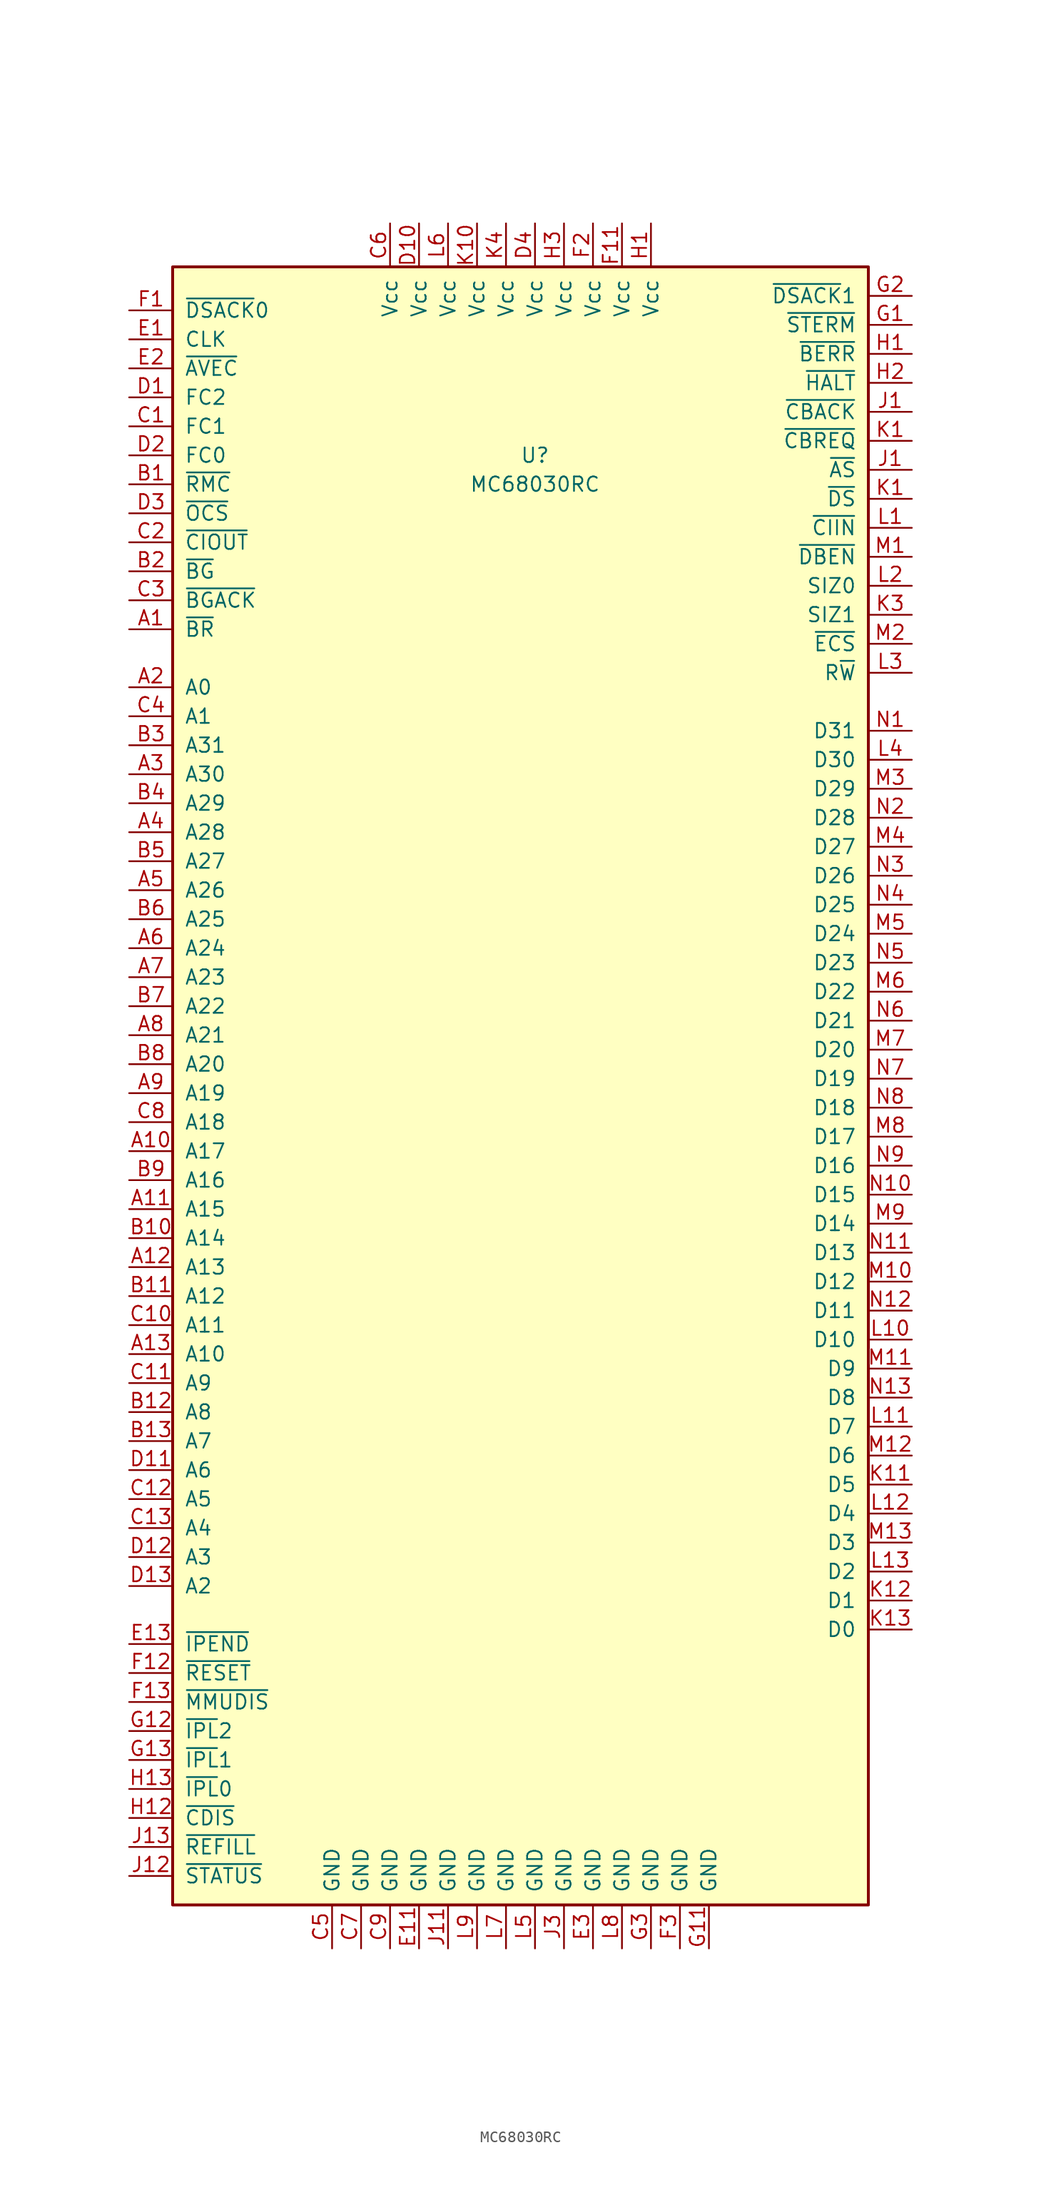
<source format=kicad_sym>
(kicad_symbol_lib
  (version 20211014)
  (generator kicad_symbol_editor)
  (symbol "MC68030RC"
    (pin_names
      (offset 1.016))
    (property "Reference" "U"
      (at 1.27 66.04 0)
      (effects (font (size 1.27 1.27))))
    (property "Value" "MC68030RC"
      (at 1.27 63.5 0)
      (effects (font (size 1.27 1.27))))
    (symbol "MC68030RC_0_1"
      (rectangle (start 30.48 -60.96) (end -30.48 82.55) (stroke (width 0.254) (type default) (color 0 0 0 0)) (fill (type background))))
    (symbol "MC68030RC_1_1"
      (pin input line (at -34.29 50.8 0) (length 3.81) (name "~{BR}" (effects (font (size 1.27 1.27)))) (number "A1" (effects (font (size 1.27 1.27)))))
      (pin tri_state line (at -34.29 5.08 0) (length 3.81) (name "A17" (effects (font (size 1.27 1.27)))) (number "A10" (effects (font (size 1.27 1.27)))))
      (pin tri_state line (at -34.29 0 0) (length 3.81) (name "A15" (effects (font (size 1.27 1.27)))) (number "A11" (effects (font (size 1.27 1.27)))))
      (pin tri_state line (at -34.29 -5.08 0) (length 3.81) (name "A13" (effects (font (size 1.27 1.27)))) (number "A12" (effects (font (size 1.27 1.27)))))
      (pin tri_state line (at -34.29 -12.7 0) (length 3.81) (name "A10" (effects (font (size 1.27 1.27)))) (number "A13" (effects (font (size 1.27 1.27)))))
      (pin tri_state line (at -34.29 45.72 0) (length 3.81) (name "A0" (effects (font (size 1.27 1.27)))) (number "A2" (effects (font (size 1.27 1.27)))))
      (pin tri_state line (at -34.29 38.1 0) (length 3.81) (name "A30" (effects (font (size 1.27 1.27)))) (number "A3" (effects (font (size 1.27 1.27)))))
      (pin tri_state line (at -34.29 33.02 0) (length 3.81) (name "A28" (effects (font (size 1.27 1.27)))) (number "A4" (effects (font (size 1.27 1.27)))))
      (pin tri_state line (at -34.29 27.94 0) (length 3.81) (name "A26" (effects (font (size 1.27 1.27)))) (number "A5" (effects (font (size 1.27 1.27)))))
      (pin tri_state line (at -34.29 22.86 0) (length 3.81) (name "A24" (effects (font (size 1.27 1.27)))) (number "A6" (effects (font (size 1.27 1.27)))))
      (pin tri_state line (at -34.29 20.32 0) (length 3.81) (name "A23" (effects (font (size 1.27 1.27)))) (number "A7" (effects (font (size 1.27 1.27)))))
      (pin tri_state line (at -34.29 15.24 0) (length 3.81) (name "A21" (effects (font (size 1.27 1.27)))) (number "A8" (effects (font (size 1.27 1.27)))))
      (pin tri_state line (at -34.29 10.16 0) (length 3.81) (name "A19" (effects (font (size 1.27 1.27)))) (number "A9" (effects (font (size 1.27 1.27)))))
      (pin tri_state line (at -34.29 63.5 0) (length 3.81) (name "~{RMC}" (effects (font (size 1.27 1.27)))) (number "B1" (effects (font (size 1.27 1.27)))))
      (pin tri_state line (at -34.29 -2.54 0) (length 3.81) (name "A14" (effects (font (size 1.27 1.27)))) (number "B10" (effects (font (size 1.27 1.27)))))
      (pin tri_state line (at -34.29 -7.62 0) (length 3.81) (name "A12" (effects (font (size 1.27 1.27)))) (number "B11" (effects (font (size 1.27 1.27)))))
      (pin tri_state line (at -34.29 -17.78 0) (length 3.81) (name "A8" (effects (font (size 1.27 1.27)))) (number "B12" (effects (font (size 1.27 1.27)))))
      (pin tri_state line (at -34.29 -20.32 0) (length 3.81) (name "A7" (effects (font (size 1.27 1.27)))) (number "B13" (effects (font (size 1.27 1.27)))))
      (pin output line (at -34.29 55.88 0) (length 3.81) (name "~{BG}" (effects (font (size 1.27 1.27)))) (number "B2" (effects (font (size 1.27 1.27)))))
      (pin tri_state line (at -34.29 40.64 0) (length 3.81) (name "A31" (effects (font (size 1.27 1.27)))) (number "B3" (effects (font (size 1.27 1.27)))))
      (pin tri_state line (at -34.29 35.56 0) (length 3.81) (name "A29" (effects (font (size 1.27 1.27)))) (number "B4" (effects (font (size 1.27 1.27)))))
      (pin tri_state line (at -34.29 30.48 0) (length 3.81) (name "A27" (effects (font (size 1.27 1.27)))) (number "B5" (effects (font (size 1.27 1.27)))))
      (pin tri_state line (at -34.29 25.4 0) (length 3.81) (name "A25" (effects (font (size 1.27 1.27)))) (number "B6" (effects (font (size 1.27 1.27)))))
      (pin tri_state line (at -34.29 17.78 0) (length 3.81) (name "A22" (effects (font (size 1.27 1.27)))) (number "B7" (effects (font (size 1.27 1.27)))))
      (pin tri_state line (at -34.29 12.7 0) (length 3.81) (name "A20" (effects (font (size 1.27 1.27)))) (number "B8" (effects (font (size 1.27 1.27)))))
      (pin tri_state line (at -34.29 2.54 0) (length 3.81) (name "A16" (effects (font (size 1.27 1.27)))) (number "B9" (effects (font (size 1.27 1.27)))))
      (pin tri_state line (at -34.29 68.58 0) (length 3.81) (name "FC1" (effects (font (size 1.27 1.27)))) (number "C1" (effects (font (size 1.27 1.27)))))
      (pin tri_state line (at -34.29 -10.16 0) (length 3.81) (name "A11" (effects (font (size 1.27 1.27)))) (number "C10" (effects (font (size 1.27 1.27)))))
      (pin tri_state line (at -34.29 -15.24 0) (length 3.81) (name "A9" (effects (font (size 1.27 1.27)))) (number "C11" (effects (font (size 1.27 1.27)))))
      (pin tri_state line (at -34.29 -25.4 0) (length 3.81) (name "A5" (effects (font (size 1.27 1.27)))) (number "C12" (effects (font (size 1.27 1.27)))))
      (pin tri_state line (at -34.29 -27.94 0) (length 3.81) (name "A4" (effects (font (size 1.27 1.27)))) (number "C13" (effects (font (size 1.27 1.27)))))
      (pin tri_state line (at -34.29 58.42 0) (length 3.81) (name "~{CIOUT}" (effects (font (size 1.27 1.27)))) (number "C2" (effects (font (size 1.27 1.27)))))
      (pin input line (at -34.29 53.34 0) (length 3.81) (name "~{BGACK}" (effects (font (size 1.27 1.27)))) (number "C3" (effects (font (size 1.27 1.27)))))
      (pin tri_state line (at -34.29 43.18 0) (length 3.81) (name "A1" (effects (font (size 1.27 1.27)))) (number "C4" (effects (font (size 1.27 1.27)))))
      (pin power_in line (at -16.51 -64.77 90) (length 3.81) (name "GND" (effects (font (size 1.27 1.27)))) (number "C5" (effects (font (size 1.27 1.27)))))
      (pin power_in line (at -11.43 86.36 270) (length 3.81) (name "Vcc" (effects (font (size 1.27 1.27)))) (number "C6" (effects (font (size 1.27 1.27)))))
      (pin power_in line (at -13.97 -64.77 90) (length 3.81) (name "GND" (effects (font (size 1.27 1.27)))) (number "C7" (effects (font (size 1.27 1.27)))))
      (pin tri_state line (at -34.29 7.62 0) (length 3.81) (name "A18" (effects (font (size 1.27 1.27)))) (number "C8" (effects (font (size 1.27 1.27)))))
      (pin power_in line (at -11.43 -64.77 90) (length 3.81) (name "GND" (effects (font (size 1.27 1.27)))) (number "C9" (effects (font (size 1.27 1.27)))))
      (pin tri_state line (at -34.29 71.12 0) (length 3.81) (name "FC2" (effects (font (size 1.27 1.27)))) (number "D1" (effects (font (size 1.27 1.27)))))
      (pin power_in line (at -8.89 86.36 270) (length 3.81) (name "Vcc" (effects (font (size 1.27 1.27)))) (number "D10" (effects (font (size 1.27 1.27)))))
      (pin tri_state line (at -34.29 -22.86 0) (length 3.81) (name "A6" (effects (font (size 1.27 1.27)))) (number "D11" (effects (font (size 1.27 1.27)))))
      (pin tri_state line (at -34.29 -30.48 0) (length 3.81) (name "A3" (effects (font (size 1.27 1.27)))) (number "D12" (effects (font (size 1.27 1.27)))))
      (pin tri_state line (at -34.29 -33.02 0) (length 3.81) (name "A2" (effects (font (size 1.27 1.27)))) (number "D13" (effects (font (size 1.27 1.27)))))
      (pin tri_state line (at -34.29 66.04 0) (length 3.81) (name "FC0" (effects (font (size 1.27 1.27)))) (number "D2" (effects (font (size 1.27 1.27)))))
      (pin tri_state line (at -34.29 60.96 0) (length 3.81) (name "~{OCS}" (effects (font (size 1.27 1.27)))) (number "D3" (effects (font (size 1.27 1.27)))))
      (pin power_in line (at 1.27 86.36 270) (length 3.81) (name "Vcc" (effects (font (size 1.27 1.27)))) (number "D4" (effects (font (size 1.27 1.27)))))
      (pin input line (at -34.29 76.2 0) (length 3.81) (name "CLK" (effects (font (size 1.27 1.27)))) (number "E1" (effects (font (size 1.27 1.27)))))
      (pin power_in line (at -8.89 -64.77 90) (length 3.81) (name "GND" (effects (font (size 1.27 1.27)))) (number "E11" (effects (font (size 1.27 1.27)))))
      (pin output line (at -34.29 -38.1 0) (length 3.81) (name "~{IPEND}" (effects (font (size 1.27 1.27)))) (number "E13" (effects (font (size 1.27 1.27)))))
      (pin input line (at -34.29 73.66 0) (length 3.81) (name "~{AVEC}" (effects (font (size 1.27 1.27)))) (number "E2" (effects (font (size 1.27 1.27)))))
      (pin power_in line (at 6.35 -64.77 90) (length 3.81) (name "GND" (effects (font (size 1.27 1.27)))) (number "E3" (effects (font (size 1.27 1.27)))))
      (pin input line (at -34.29 78.74 0) (length 3.81) (name "~{DSACK}0" (effects (font (size 1.27 1.27)))) (number "F1" (effects (font (size 1.27 1.27)))))
      (pin power_in line (at 8.89 86.36 270) (length 3.81) (name "Vcc" (effects (font (size 1.27 1.27)))) (number "F11" (effects (font (size 1.27 1.27)))))
      (pin open_collector line (at -34.29 -40.64 0) (length 3.81) (name "~{RESET}" (effects (font (size 1.27 1.27)))) (number "F12" (effects (font (size 1.27 1.27)))))
      (pin input line (at -34.29 -43.18 0) (length 3.81) (name "~{MMUDIS}" (effects (font (size 1.27 1.27)))) (number "F13" (effects (font (size 1.27 1.27)))))
      (pin power_in line (at 6.35 86.36 270) (length 3.81) (name "Vcc" (effects (font (size 1.27 1.27)))) (number "F2" (effects (font (size 1.27 1.27)))))
      (pin power_in line (at 13.97 -64.77 90) (length 3.81) (name "GND" (effects (font (size 1.27 1.27)))) (number "F3" (effects (font (size 1.27 1.27)))))
      (pin input line (at 34.29 77.47 180) (length 3.81) (name "~{STERM}" (effects (font (size 1.27 1.27)))) (number "G1" (effects (font (size 1.27 1.27)))))
      (pin power_in line (at 16.51 -64.77 90) (length 3.81) (name "GND" (effects (font (size 1.27 1.27)))) (number "G11" (effects (font (size 1.27 1.27)))))
      (pin input line (at -34.29 -45.72 0) (length 3.81) (name "~{IPL}2" (effects (font (size 1.27 1.27)))) (number "G12" (effects (font (size 1.27 1.27)))))
      (pin input line (at -34.29 -48.26 0) (length 3.81) (name "~{IPL}1" (effects (font (size 1.27 1.27)))) (number "G13" (effects (font (size 1.27 1.27)))))
      (pin input line (at 34.29 80.01 180) (length 3.81) (name "~{DSACK}1" (effects (font (size 1.27 1.27)))) (number "G2" (effects (font (size 1.27 1.27)))))
      (pin power_in line (at 11.43 -64.77 90) (length 3.81) (name "GND" (effects (font (size 1.27 1.27)))) (number "G3" (effects (font (size 1.27 1.27)))))
      (pin power_in line (at 11.43 86.36 270) (length 3.81) (name "Vcc" (effects (font (size 1.27 1.27)))) (number "H1" (effects (font (size 1.27 1.27)))))
      (pin input line (at 34.29 74.93 180) (length 3.81) (name "~{BERR}" (effects (font (size 1.27 1.27)))) (number "H1" (effects (font (size 1.27 1.27)))))
      (pin input line (at -34.29 -53.34 0) (length 3.81) (name "~{CDIS}" (effects (font (size 1.27 1.27)))) (number "H12" (effects (font (size 1.27 1.27)))))
      (pin input line (at -34.29 -50.8 0) (length 3.81) (name "~{IPL}0" (effects (font (size 1.27 1.27)))) (number "H13" (effects (font (size 1.27 1.27)))))
      (pin input line (at 34.29 72.39 180) (length 3.81) (name "~{HALT}" (effects (font (size 1.27 1.27)))) (number "H2" (effects (font (size 1.27 1.27)))))
      (pin power_in line (at 3.81 86.36 270) (length 3.81) (name "Vcc" (effects (font (size 1.27 1.27)))) (number "H3" (effects (font (size 1.27 1.27)))))
      (pin tri_state line (at 34.29 64.77 180) (length 3.81) (name "~{AS}" (effects (font (size 1.27 1.27)))) (number "J1" (effects (font (size 1.27 1.27)))))
      (pin input line (at 34.29 69.85 180) (length 3.81) (name "~{CBACK}" (effects (font (size 1.27 1.27)))) (number "J1" (effects (font (size 1.27 1.27)))))
      (pin power_in line (at -6.35 -64.77 90) (length 3.81) (name "GND" (effects (font (size 1.27 1.27)))) (number "J11" (effects (font (size 1.27 1.27)))))
      (pin output line (at -34.29 -58.42 0) (length 3.81) (name "~{STATUS}" (effects (font (size 1.27 1.27)))) (number "J12" (effects (font (size 1.27 1.27)))))
      (pin output line (at -34.29 -55.88 0) (length 3.81) (name "~{REFILL}" (effects (font (size 1.27 1.27)))) (number "J13" (effects (font (size 1.27 1.27)))))
      (pin power_in line (at 3.81 -64.77 90) (length 3.81) (name "GND" (effects (font (size 1.27 1.27)))) (number "J3" (effects (font (size 1.27 1.27)))))
      (pin tri_state line (at 34.29 67.31 180) (length 3.81) (name "~{CBREQ}" (effects (font (size 1.27 1.27)))) (number "K1" (effects (font (size 1.27 1.27)))))
      (pin tri_state line (at 34.29 62.23 180) (length 3.81) (name "~{DS}" (effects (font (size 1.27 1.27)))) (number "K1" (effects (font (size 1.27 1.27)))))
      (pin power_in line (at -3.81 86.36 270) (length 3.81) (name "Vcc" (effects (font (size 1.27 1.27)))) (number "K10" (effects (font (size 1.27 1.27)))))
      (pin bidirectional line (at 34.29 -24.13 180) (length 3.81) (name "D5" (effects (font (size 1.27 1.27)))) (number "K11" (effects (font (size 1.27 1.27)))))
      (pin bidirectional line (at 34.29 -34.29 180) (length 3.81) (name "D1" (effects (font (size 1.27 1.27)))) (number "K12" (effects (font (size 1.27 1.27)))))
      (pin bidirectional line (at 34.29 -36.83 180) (length 3.81) (name "D0" (effects (font (size 1.27 1.27)))) (number "K13" (effects (font (size 1.27 1.27)))))
      (pin tri_state line (at 34.29 52.07 180) (length 3.81) (name "SIZ1" (effects (font (size 1.27 1.27)))) (number "K3" (effects (font (size 1.27 1.27)))))
      (pin power_in line (at -1.27 86.36 270) (length 3.81) (name "Vcc" (effects (font (size 1.27 1.27)))) (number "K4" (effects (font (size 1.27 1.27)))))
      (pin input line (at 34.29 59.69 180) (length 3.81) (name "~{CIIN}" (effects (font (size 1.27 1.27)))) (number "L1" (effects (font (size 1.27 1.27)))))
      (pin bidirectional line (at 34.29 -11.43 180) (length 3.81) (name "D10" (effects (font (size 1.27 1.27)))) (number "L10" (effects (font (size 1.27 1.27)))))
      (pin bidirectional line (at 34.29 -19.05 180) (length 3.81) (name "D7" (effects (font (size 1.27 1.27)))) (number "L11" (effects (font (size 1.27 1.27)))))
      (pin bidirectional line (at 34.29 -26.67 180) (length 3.81) (name "D4" (effects (font (size 1.27 1.27)))) (number "L12" (effects (font (size 1.27 1.27)))))
      (pin bidirectional line (at 34.29 -31.75 180) (length 3.81) (name "D2" (effects (font (size 1.27 1.27)))) (number "L13" (effects (font (size 1.27 1.27)))))
      (pin tri_state line (at 34.29 54.61 180) (length 3.81) (name "SIZ0" (effects (font (size 1.27 1.27)))) (number "L2" (effects (font (size 1.27 1.27)))))
      (pin tri_state line (at 34.29 46.99 180) (length 3.81) (name "R~{W}" (effects (font (size 1.27 1.27)))) (number "L3" (effects (font (size 1.27 1.27)))))
      (pin bidirectional line (at 34.29 39.37 180) (length 3.81) (name "D30" (effects (font (size 1.27 1.27)))) (number "L4" (effects (font (size 1.27 1.27)))))
      (pin power_in line (at 1.27 -64.77 90) (length 3.81) (name "GND" (effects (font (size 1.27 1.27)))) (number "L5" (effects (font (size 1.27 1.27)))))
      (pin power_in line (at -6.35 86.36 270) (length 3.81) (name "Vcc" (effects (font (size 1.27 1.27)))) (number "L6" (effects (font (size 1.27 1.27)))))
      (pin power_in line (at -1.27 -64.77 90) (length 3.81) (name "GND" (effects (font (size 1.27 1.27)))) (number "L7" (effects (font (size 1.27 1.27)))))
      (pin power_in line (at 8.89 -64.77 90) (length 3.81) (name "GND" (effects (font (size 1.27 1.27)))) (number "L8" (effects (font (size 1.27 1.27)))))
      (pin power_in line (at -3.81 -64.77 90) (length 3.81) (name "GND" (effects (font (size 1.27 1.27)))) (number "L9" (effects (font (size 1.27 1.27)))))
      (pin output line (at 34.29 57.15 180) (length 3.81) (name "~{DBEN}" (effects (font (size 1.27 1.27)))) (number "M1" (effects (font (size 1.27 1.27)))))
      (pin bidirectional line (at 34.29 -6.35 180) (length 3.81) (name "D12" (effects (font (size 1.27 1.27)))) (number "M10" (effects (font (size 1.27 1.27)))))
      (pin bidirectional line (at 34.29 -13.97 180) (length 3.81) (name "D9" (effects (font (size 1.27 1.27)))) (number "M11" (effects (font (size 1.27 1.27)))))
      (pin bidirectional line (at 34.29 -21.59 180) (length 3.81) (name "D6" (effects (font (size 1.27 1.27)))) (number "M12" (effects (font (size 1.27 1.27)))))
      (pin bidirectional line (at 34.29 -29.21 180) (length 3.81) (name "D3" (effects (font (size 1.27 1.27)))) (number "M13" (effects (font (size 1.27 1.27)))))
      (pin tri_state line (at 34.29 49.53 180) (length 3.81) (name "~{ECS}" (effects (font (size 1.27 1.27)))) (number "M2" (effects (font (size 1.27 1.27)))))
      (pin bidirectional line (at 34.29 36.83 180) (length 3.81) (name "D29" (effects (font (size 1.27 1.27)))) (number "M3" (effects (font (size 1.27 1.27)))))
      (pin bidirectional line (at 34.29 31.75 180) (length 3.81) (name "D27" (effects (font (size 1.27 1.27)))) (number "M4" (effects (font (size 1.27 1.27)))))
      (pin bidirectional line (at 34.29 24.13 180) (length 3.81) (name "D24" (effects (font (size 1.27 1.27)))) (number "M5" (effects (font (size 1.27 1.27)))))
      (pin bidirectional line (at 34.29 19.05 180) (length 3.81) (name "D22" (effects (font (size 1.27 1.27)))) (number "M6" (effects (font (size 1.27 1.27)))))
      (pin bidirectional line (at 34.29 13.97 180) (length 3.81) (name "D20" (effects (font (size 1.27 1.27)))) (number "M7" (effects (font (size 1.27 1.27)))))
      (pin bidirectional line (at 34.29 6.35 180) (length 3.81) (name "D17" (effects (font (size 1.27 1.27)))) (number "M8" (effects (font (size 1.27 1.27)))))
      (pin bidirectional line (at 34.29 -1.27 180) (length 3.81) (name "D14" (effects (font (size 1.27 1.27)))) (number "M9" (effects (font (size 1.27 1.27)))))
      (pin bidirectional line (at 34.29 41.91 180) (length 3.81) (name "D31" (effects (font (size 1.27 1.27)))) (number "N1" (effects (font (size 1.27 1.27)))))
      (pin bidirectional line (at 34.29 1.27 180) (length 3.81) (name "D15" (effects (font (size 1.27 1.27)))) (number "N10" (effects (font (size 1.27 1.27)))))
      (pin bidirectional line (at 34.29 -3.81 180) (length 3.81) (name "D13" (effects (font (size 1.27 1.27)))) (number "N11" (effects (font (size 1.27 1.27)))))
      (pin bidirectional line (at 34.29 -8.89 180) (length 3.81) (name "D11" (effects (font (size 1.27 1.27)))) (number "N12" (effects (font (size 1.27 1.27)))))
      (pin bidirectional line (at 34.29 -16.51 180) (length 3.81) (name "D8" (effects (font (size 1.27 1.27)))) (number "N13" (effects (font (size 1.27 1.27)))))
      (pin bidirectional line (at 34.29 34.29 180) (length 3.81) (name "D28" (effects (font (size 1.27 1.27)))) (number "N2" (effects (font (size 1.27 1.27)))))
      (pin bidirectional line (at 34.29 29.21 180) (length 3.81) (name "D26" (effects (font (size 1.27 1.27)))) (number "N3" (effects (font (size 1.27 1.27)))))
      (pin bidirectional line (at 34.29 26.67 180) (length 3.81) (name "D25" (effects (font (size 1.27 1.27)))) (number "N4" (effects (font (size 1.27 1.27)))))
      (pin bidirectional line (at 34.29 21.59 180) (length 3.81) (name "D23" (effects (font (size 1.27 1.27)))) (number "N5" (effects (font (size 1.27 1.27)))))
      (pin bidirectional line (at 34.29 16.51 180) (length 3.81) (name "D21" (effects (font (size 1.27 1.27)))) (number "N6" (effects (font (size 1.27 1.27)))))
      (pin bidirectional line (at 34.29 11.43 180) (length 3.81) (name "D19" (effects (font (size 1.27 1.27)))) (number "N7" (effects (font (size 1.27 1.27)))))
      (pin bidirectional line (at 34.29 8.89 180) (length 3.81) (name "D18" (effects (font (size 1.27 1.27)))) (number "N8" (effects (font (size 1.27 1.27)))))
      (pin bidirectional line (at 34.29 3.81 180) (length 3.81) (name "D16" (effects (font (size 1.27 1.27)))) (number "N9" (effects (font (size 1.27 1.27))))))))
</source>
